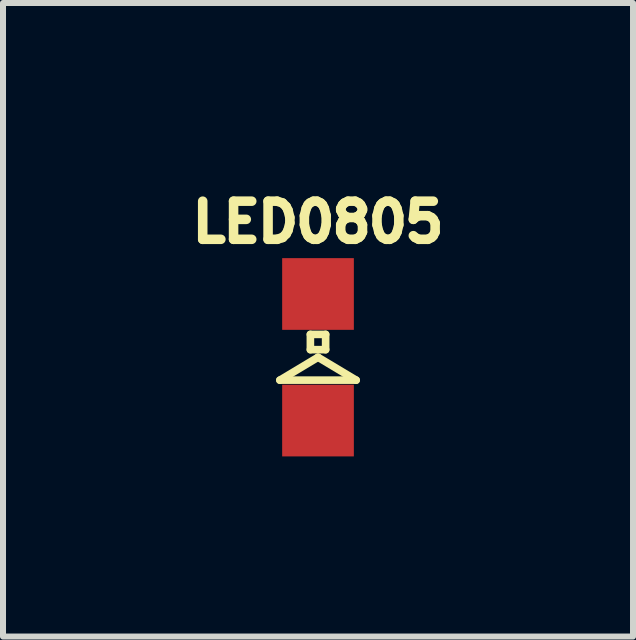
<source format=kicad_pcb>
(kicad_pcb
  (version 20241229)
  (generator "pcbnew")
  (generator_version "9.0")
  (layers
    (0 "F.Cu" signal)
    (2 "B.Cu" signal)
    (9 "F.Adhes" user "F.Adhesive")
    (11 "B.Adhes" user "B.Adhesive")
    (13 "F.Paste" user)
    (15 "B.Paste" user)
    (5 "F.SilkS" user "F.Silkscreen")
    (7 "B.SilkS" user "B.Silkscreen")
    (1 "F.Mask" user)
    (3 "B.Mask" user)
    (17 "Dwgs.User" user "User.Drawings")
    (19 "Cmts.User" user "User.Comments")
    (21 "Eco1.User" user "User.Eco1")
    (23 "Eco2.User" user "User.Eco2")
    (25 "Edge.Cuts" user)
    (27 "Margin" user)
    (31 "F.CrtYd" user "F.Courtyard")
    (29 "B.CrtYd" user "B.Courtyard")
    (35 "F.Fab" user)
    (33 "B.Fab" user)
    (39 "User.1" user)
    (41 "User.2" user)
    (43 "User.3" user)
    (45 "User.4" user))
  (footprint "LED0805"
    (layer "F.Cu")
    (at 2.246 2.9)
    (property "Reference" "LED0805" (at 0 -2.25 180) (layer "F.SilkS") (effects (font (size 0.635 0.635) (thickness 0.159))))
    (attr through_hole)
    (fp_line (start -0.635 0.381) (end 0 0) (stroke (width 0.127) (type solid)) (layer "F.SilkS"))
    (fp_line (start -0.635 0.381) (end 0.635 0.381) (stroke (width 0.127) (type solid)) (layer "F.SilkS"))
    (fp_line (start -0.127 -0.381) (end -0.127 -0.127) (stroke (width 0.127) (type solid)) (layer "F.SilkS"))
    (fp_line (start -0.127 -0.127) (end 0.127 -0.127) (stroke (width 0.127) (type solid)) (layer "F.SilkS"))
    (fp_line (start 0 0) (end 0.635 0.381) (stroke (width 0.127) (type solid)) (layer "F.SilkS"))
    (fp_line (start 0.127 -0.381) (end -0.127 -0.381) (stroke (width 0.127) (type solid)) (layer "F.SilkS"))
    (fp_line (start 0.127 -0.127) (end 0.127 -0.381) (stroke (width 0.127) (type solid)) (layer "F.SilkS"))
    (pad "1" smd rect (at 0 1.054 90) (size 1.194 1.194) (layers "F.Cu" "F.Mask" "F.Paste"))
    (pad "2" smd rect (at 0 -1.054 90) (size 1.194 1.194) (layers "F.Cu" "F.Mask" "F.Paste")))
  (gr_rect
    (start -3 -3)
    (end 7.492 7.551)
    (stroke (width 0.1) (type default))
    (fill no)
    (layer "Edge.Cuts")))
</source>
